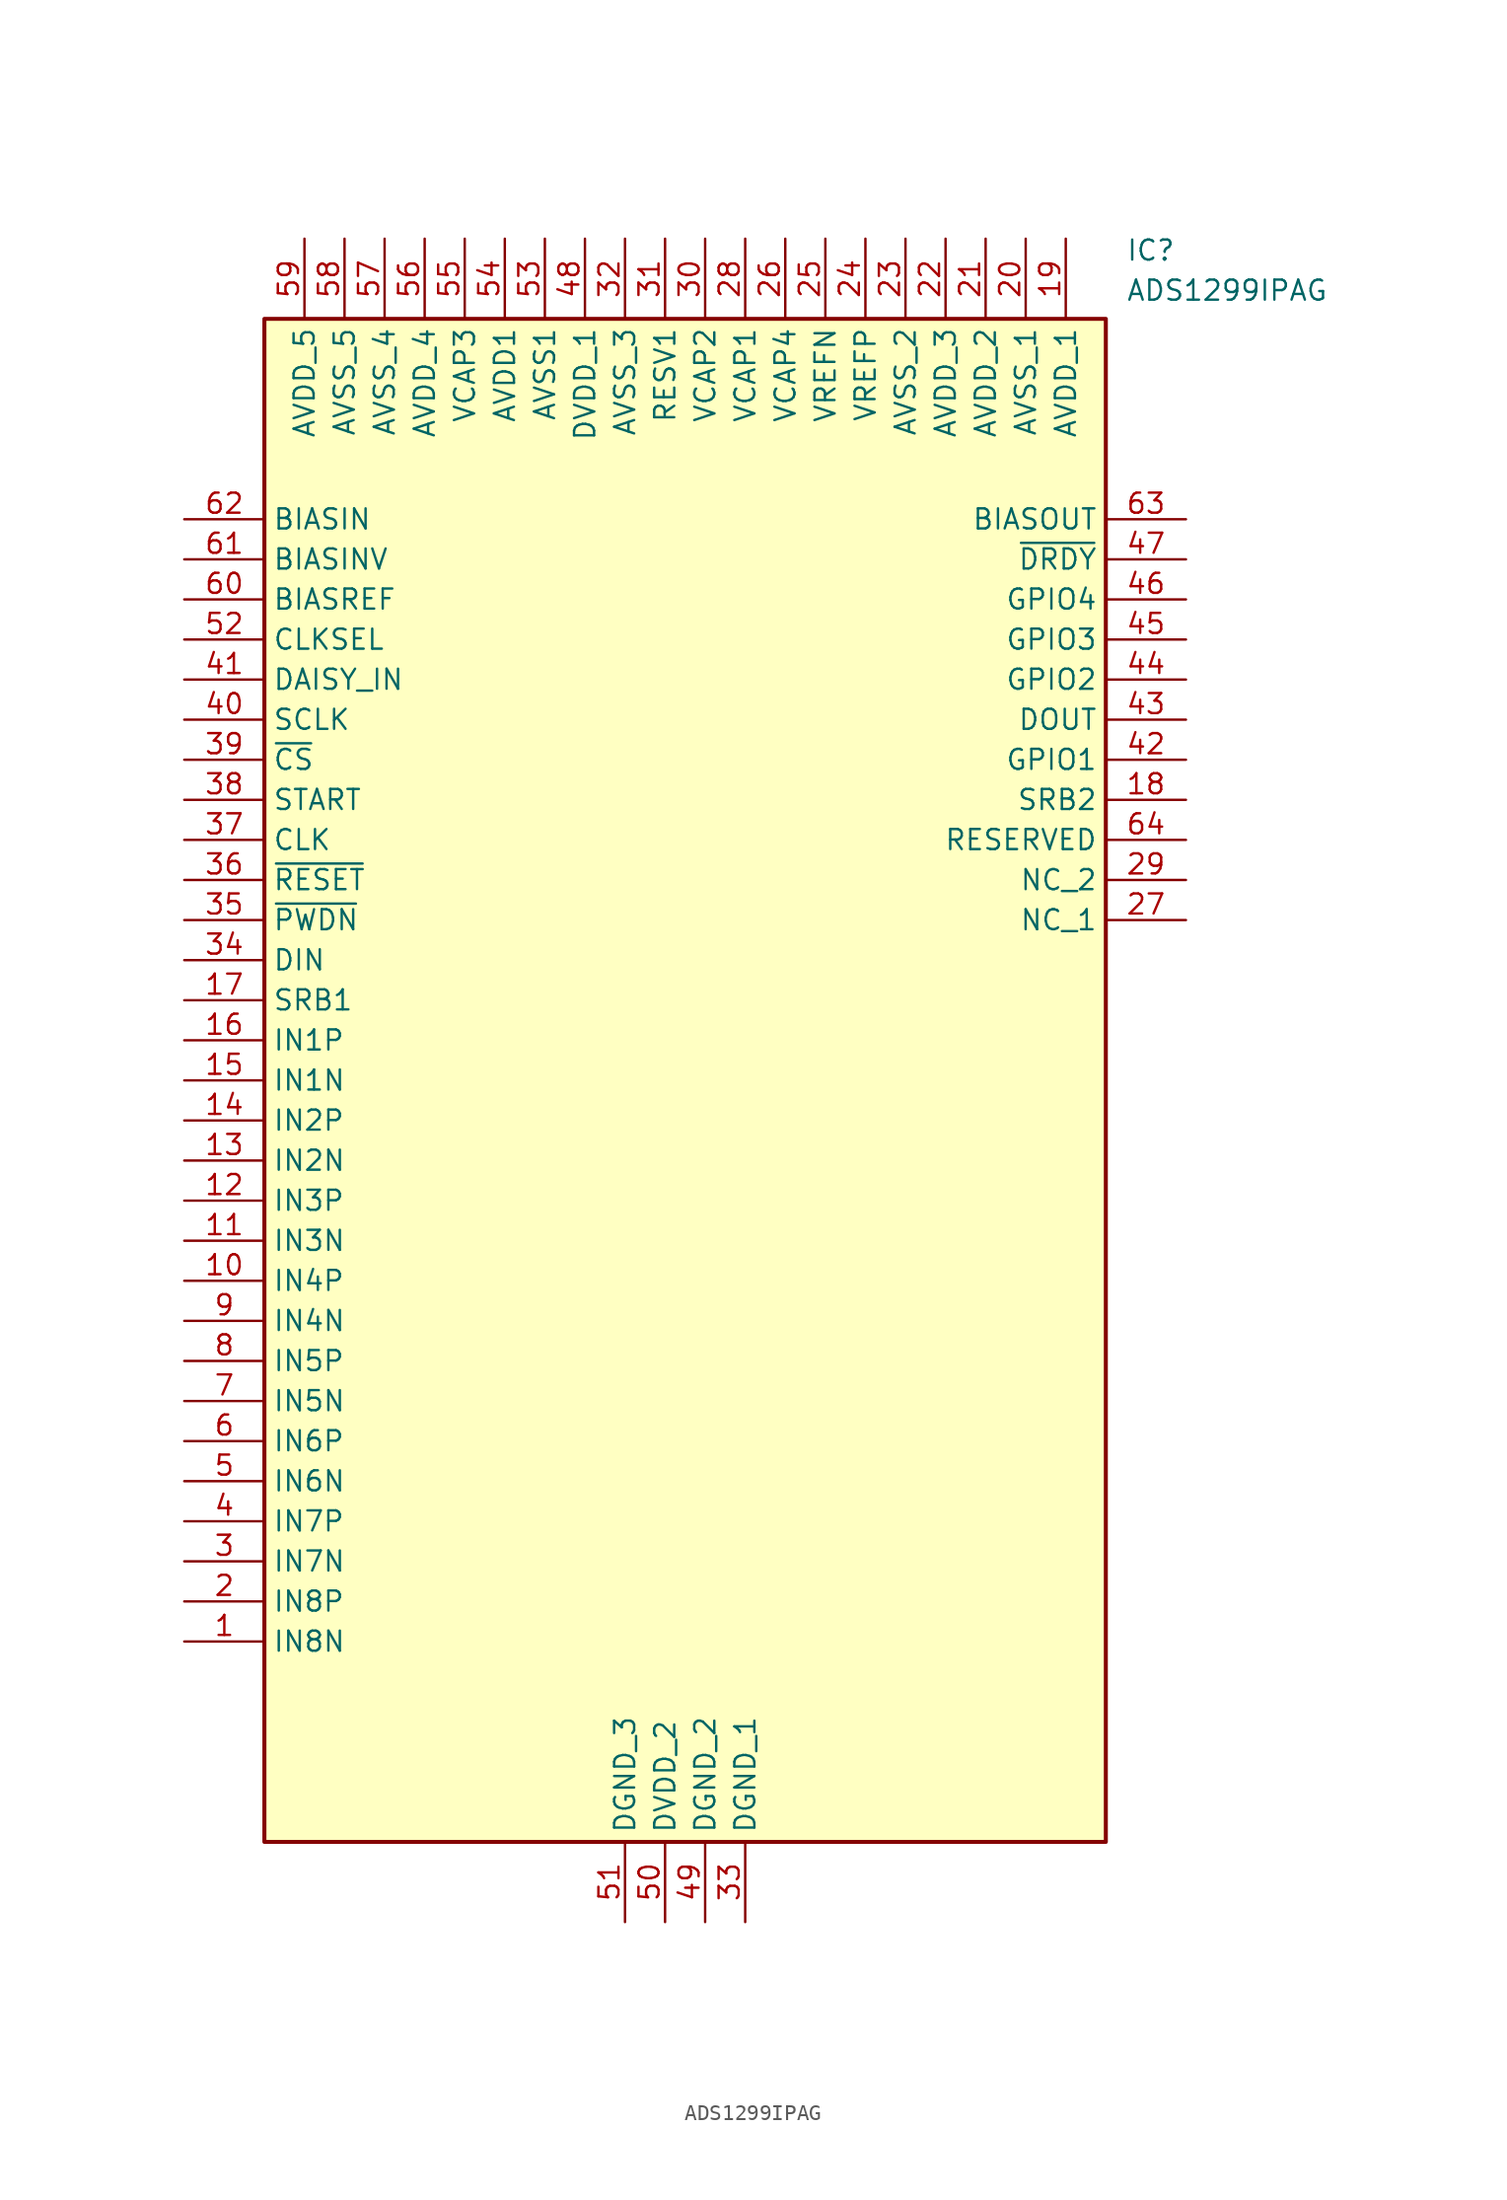
<source format=kicad_sym>
(kicad_symbol_lib
  (version 20211014)
  (generator SamacSys_ECAD_Model)
  (symbol "ADS1299IPAG"
    (property "Reference" "IC"
      (at 59.69 17.78 0)
      (effects (font (size 1.27 1.27)) (justify left top)))
    (property "Value" "ADS1299IPAG"
      (at 59.69 15.24 0)
      (effects (font (size 1.27 1.27)) (justify left top)))
    (rectangle
      (start 5.08 12.7)
      (end 58.42 -83.82)
      (stroke (width 0.254) (type default))
      (fill (type background)))
    (pin passive line
      (at 0 -71.12 0)
      (length 5.08)
      (name "IN8N" (effects (font (size 1.27 1.27))))
      (number "1" (effects (font (size 1.27 1.27)))))
    (pin passive line
      (at 0 -68.58 0)
      (length 5.08)
      (name "IN8P" (effects (font (size 1.27 1.27))))
      (number "2" (effects (font (size 1.27 1.27)))))
    (pin passive line
      (at 0 -66.04 0)
      (length 5.08)
      (name "IN7N" (effects (font (size 1.27 1.27))))
      (number "3" (effects (font (size 1.27 1.27)))))
    (pin passive line
      (at 0 -63.5 0)
      (length 5.08)
      (name "IN7P" (effects (font (size 1.27 1.27))))
      (number "4" (effects (font (size 1.27 1.27)))))
    (pin passive line
      (at 0 -60.96 0)
      (length 5.08)
      (name "IN6N" (effects (font (size 1.27 1.27))))
      (number "5" (effects (font (size 1.27 1.27)))))
    (pin passive line
      (at 0 -58.42 0)
      (length 5.08)
      (name "IN6P" (effects (font (size 1.27 1.27))))
      (number "6" (effects (font (size 1.27 1.27)))))
    (pin passive line
      (at 0 -55.88 0)
      (length 5.08)
      (name "IN5N" (effects (font (size 1.27 1.27))))
      (number "7" (effects (font (size 1.27 1.27)))))
    (pin passive line
      (at 0 -53.34 0)
      (length 5.08)
      (name "IN5P" (effects (font (size 1.27 1.27))))
      (number "8" (effects (font (size 1.27 1.27)))))
    (pin passive line
      (at 0 -50.8 0)
      (length 5.08)
      (name "IN4N" (effects (font (size 1.27 1.27))))
      (number "9" (effects (font (size 1.27 1.27)))))
    (pin passive line
      (at 0 -48.26 0)
      (length 5.08)
      (name "IN4P" (effects (font (size 1.27 1.27))))
      (number "10" (effects (font (size 1.27 1.27)))))
    (pin passive line
      (at 0 -45.72 0)
      (length 5.08)
      (name "IN3N" (effects (font (size 1.27 1.27))))
      (number "11" (effects (font (size 1.27 1.27)))))
    (pin passive line
      (at 0 -43.18 0)
      (length 5.08)
      (name "IN3P" (effects (font (size 1.27 1.27))))
      (number "12" (effects (font (size 1.27 1.27)))))
    (pin passive line
      (at 0 -40.64 0)
      (length 5.08)
      (name "IN2N" (effects (font (size 1.27 1.27))))
      (number "13" (effects (font (size 1.27 1.27)))))
    (pin passive line
      (at 0 -38.1 0)
      (length 5.08)
      (name "IN2P" (effects (font (size 1.27 1.27))))
      (number "14" (effects (font (size 1.27 1.27)))))
    (pin passive line
      (at 0 -35.56 0)
      (length 5.08)
      (name "IN1N" (effects (font (size 1.27 1.27))))
      (number "15" (effects (font (size 1.27 1.27)))))
    (pin passive line
      (at 0 -33.02 0)
      (length 5.08)
      (name "IN1P" (effects (font (size 1.27 1.27))))
      (number "16" (effects (font (size 1.27 1.27)))))
    (pin passive line
      (at 0 -30.48 0)
      (length 5.08)
      (name "SRB1" (effects (font (size 1.27 1.27))))
      (number "17" (effects (font (size 1.27 1.27)))))
    (pin passive line
      (at 63.5 -17.78 180)
      (length 5.08)
      (name "SRB2" (effects (font (size 1.27 1.27))))
      (number "18" (effects (font (size 1.27 1.27)))))
    (pin passive line
      (at 55.88 17.78 270)
      (length 5.08)
      (name "AVDD_1" (effects (font (size 1.27 1.27))))
      (number "19" (effects (font (size 1.27 1.27)))))
    (pin passive line
      (at 53.34 17.78 270)
      (length 5.08)
      (name "AVSS_1" (effects (font (size 1.27 1.27))))
      (number "20" (effects (font (size 1.27 1.27)))))
    (pin passive line
      (at 50.8 17.78 270)
      (length 5.08)
      (name "AVDD_2" (effects (font (size 1.27 1.27))))
      (number "21" (effects (font (size 1.27 1.27)))))
    (pin passive line
      (at 48.26 17.78 270)
      (length 5.08)
      (name "AVDD_3" (effects (font (size 1.27 1.27))))
      (number "22" (effects (font (size 1.27 1.27)))))
    (pin passive line
      (at 45.72 17.78 270)
      (length 5.08)
      (name "AVSS_2" (effects (font (size 1.27 1.27))))
      (number "23" (effects (font (size 1.27 1.27)))))
    (pin passive line
      (at 43.18 17.78 270)
      (length 5.08)
      (name "VREFP" (effects (font (size 1.27 1.27))))
      (number "24" (effects (font (size 1.27 1.27)))))
    (pin passive line
      (at 40.64 17.78 270)
      (length 5.08)
      (name "VREFN" (effects (font (size 1.27 1.27))))
      (number "25" (effects (font (size 1.27 1.27)))))
    (pin passive line
      (at 38.1 17.78 270)
      (length 5.08)
      (name "VCAP4" (effects (font (size 1.27 1.27))))
      (number "26" (effects (font (size 1.27 1.27)))))
    (pin passive line
      (at 63.5 -25.4 180)
      (length 5.08)
      (name "NC_1" (effects (font (size 1.27 1.27))))
      (number "27" (effects (font (size 1.27 1.27)))))
    (pin passive line
      (at 35.56 17.78 270)
      (length 5.08)
      (name "VCAP1" (effects (font (size 1.27 1.27))))
      (number "28" (effects (font (size 1.27 1.27)))))
    (pin passive line
      (at 63.5 -22.86 180)
      (length 5.08)
      (name "NC_2" (effects (font (size 1.27 1.27))))
      (number "29" (effects (font (size 1.27 1.27)))))
    (pin passive line
      (at 33.02 17.78 270)
      (length 5.08)
      (name "VCAP2" (effects (font (size 1.27 1.27))))
      (number "30" (effects (font (size 1.27 1.27)))))
    (pin passive line
      (at 30.48 17.78 270)
      (length 5.08)
      (name "RESV1" (effects (font (size 1.27 1.27))))
      (number "31" (effects (font (size 1.27 1.27)))))
    (pin passive line
      (at 27.94 17.78 270)
      (length 5.08)
      (name "AVSS_3" (effects (font (size 1.27 1.27))))
      (number "32" (effects (font (size 1.27 1.27)))))
    (pin passive line
      (at 35.56 -88.9 90)
      (length 5.08)
      (name "DGND_1" (effects (font (size 1.27 1.27))))
      (number "33" (effects (font (size 1.27 1.27)))))
    (pin passive line
      (at 0 -27.94 0)
      (length 5.08)
      (name "DIN" (effects (font (size 1.27 1.27))))
      (number "34" (effects (font (size 1.27 1.27)))))
    (pin passive line
      (at 0 -25.4 0)
      (length 5.08)
      (name "~{PWDN}" (effects (font (size 1.27 1.27))))
      (number "35" (effects (font (size 1.27 1.27)))))
    (pin passive line
      (at 0 -22.86 0)
      (length 5.08)
      (name "~{RESET}" (effects (font (size 1.27 1.27))))
      (number "36" (effects (font (size 1.27 1.27)))))
    (pin passive line
      (at 0 -20.32 0)
      (length 5.08)
      (name "CLK" (effects (font (size 1.27 1.27))))
      (number "37" (effects (font (size 1.27 1.27)))))
    (pin passive line
      (at 0 -17.78 0)
      (length 5.08)
      (name "START" (effects (font (size 1.27 1.27))))
      (number "38" (effects (font (size 1.27 1.27)))))
    (pin passive line
      (at 0 -15.24 0)
      (length 5.08)
      (name "~{CS}" (effects (font (size 1.27 1.27))))
      (number "39" (effects (font (size 1.27 1.27)))))
    (pin passive line
      (at 0 -12.7 0)
      (length 5.08)
      (name "SCLK" (effects (font (size 1.27 1.27))))
      (number "40" (effects (font (size 1.27 1.27)))))
    (pin passive line
      (at 0 -10.16 0)
      (length 5.08)
      (name "DAISY_IN" (effects (font (size 1.27 1.27))))
      (number "41" (effects (font (size 1.27 1.27)))))
    (pin passive line
      (at 63.5 -15.24 180)
      (length 5.08)
      (name "GPIO1" (effects (font (size 1.27 1.27))))
      (number "42" (effects (font (size 1.27 1.27)))))
    (pin passive line
      (at 63.5 -12.7 180)
      (length 5.08)
      (name "DOUT" (effects (font (size 1.27 1.27))))
      (number "43" (effects (font (size 1.27 1.27)))))
    (pin passive line
      (at 63.5 -10.16 180)
      (length 5.08)
      (name "GPIO2" (effects (font (size 1.27 1.27))))
      (number "44" (effects (font (size 1.27 1.27)))))
    (pin passive line
      (at 63.5 -7.62 180)
      (length 5.08)
      (name "GPIO3" (effects (font (size 1.27 1.27))))
      (number "45" (effects (font (size 1.27 1.27)))))
    (pin passive line
      (at 63.5 -5.08 180)
      (length 5.08)
      (name "GPIO4" (effects (font (size 1.27 1.27))))
      (number "46" (effects (font (size 1.27 1.27)))))
    (pin passive line
      (at 63.5 -2.54 180)
      (length 5.08)
      (name "~{DRDY}" (effects (font (size 1.27 1.27))))
      (number "47" (effects (font (size 1.27 1.27)))))
    (pin passive line
      (at 25.4 17.78 270)
      (length 5.08)
      (name "DVDD_1" (effects (font (size 1.27 1.27))))
      (number "48" (effects (font (size 1.27 1.27)))))
    (pin passive line
      (at 33.02 -88.9 90)
      (length 5.08)
      (name "DGND_2" (effects (font (size 1.27 1.27))))
      (number "49" (effects (font (size 1.27 1.27)))))
    (pin passive line
      (at 30.48 -88.9 90)
      (length 5.08)
      (name "DVDD_2" (effects (font (size 1.27 1.27))))
      (number "50" (effects (font (size 1.27 1.27)))))
    (pin passive line
      (at 27.94 -88.9 90)
      (length 5.08)
      (name "DGND_3" (effects (font (size 1.27 1.27))))
      (number "51" (effects (font (size 1.27 1.27)))))
    (pin passive line
      (at 0 -7.62 0)
      (length 5.08)
      (name "CLKSEL" (effects (font (size 1.27 1.27))))
      (number "52" (effects (font (size 1.27 1.27)))))
    (pin passive line
      (at 22.86 17.78 270)
      (length 5.08)
      (name "AVSS1" (effects (font (size 1.27 1.27))))
      (number "53" (effects (font (size 1.27 1.27)))))
    (pin passive line
      (at 20.32 17.78 270)
      (length 5.08)
      (name "AVDD1" (effects (font (size 1.27 1.27))))
      (number "54" (effects (font (size 1.27 1.27)))))
    (pin passive line
      (at 17.78 17.78 270)
      (length 5.08)
      (name "VCAP3" (effects (font (size 1.27 1.27))))
      (number "55" (effects (font (size 1.27 1.27)))))
    (pin passive line
      (at 15.24 17.78 270)
      (length 5.08)
      (name "AVDD_4" (effects (font (size 1.27 1.27))))
      (number "56" (effects (font (size 1.27 1.27)))))
    (pin passive line
      (at 12.7 17.78 270)
      (length 5.08)
      (name "AVSS_4" (effects (font (size 1.27 1.27))))
      (number "57" (effects (font (size 1.27 1.27)))))
    (pin passive line
      (at 10.16 17.78 270)
      (length 5.08)
      (name "AVSS_5" (effects (font (size 1.27 1.27))))
      (number "58" (effects (font (size 1.27 1.27)))))
    (pin passive line
      (at 7.62 17.78 270)
      (length 5.08)
      (name "AVDD_5" (effects (font (size 1.27 1.27))))
      (number "59" (effects (font (size 1.27 1.27)))))
    (pin passive line
      (at 0 -5.08 0)
      (length 5.08)
      (name "BIASREF" (effects (font (size 1.27 1.27))))
      (number "60" (effects (font (size 1.27 1.27)))))
    (pin passive line
      (at 0 -2.54 0)
      (length 5.08)
      (name "BIASINV" (effects (font (size 1.27 1.27))))
      (number "61" (effects (font (size 1.27 1.27)))))
    (pin passive line
      (at 0 0 0)
      (length 5.08)
      (name "BIASIN" (effects (font (size 1.27 1.27))))
      (number "62" (effects (font (size 1.27 1.27)))))
    (pin passive line
      (at 63.5 0 180)
      (length 5.08)
      (name "BIASOUT" (effects (font (size 1.27 1.27))))
      (number "63" (effects (font (size 1.27 1.27)))))
    (pin passive line
      (at 63.5 -20.32 180)
      (length 5.08)
      (name "RESERVED" (effects (font (size 1.27 1.27))))
      (number "64" (effects (font (size 1.27 1.27)))))))
</source>
